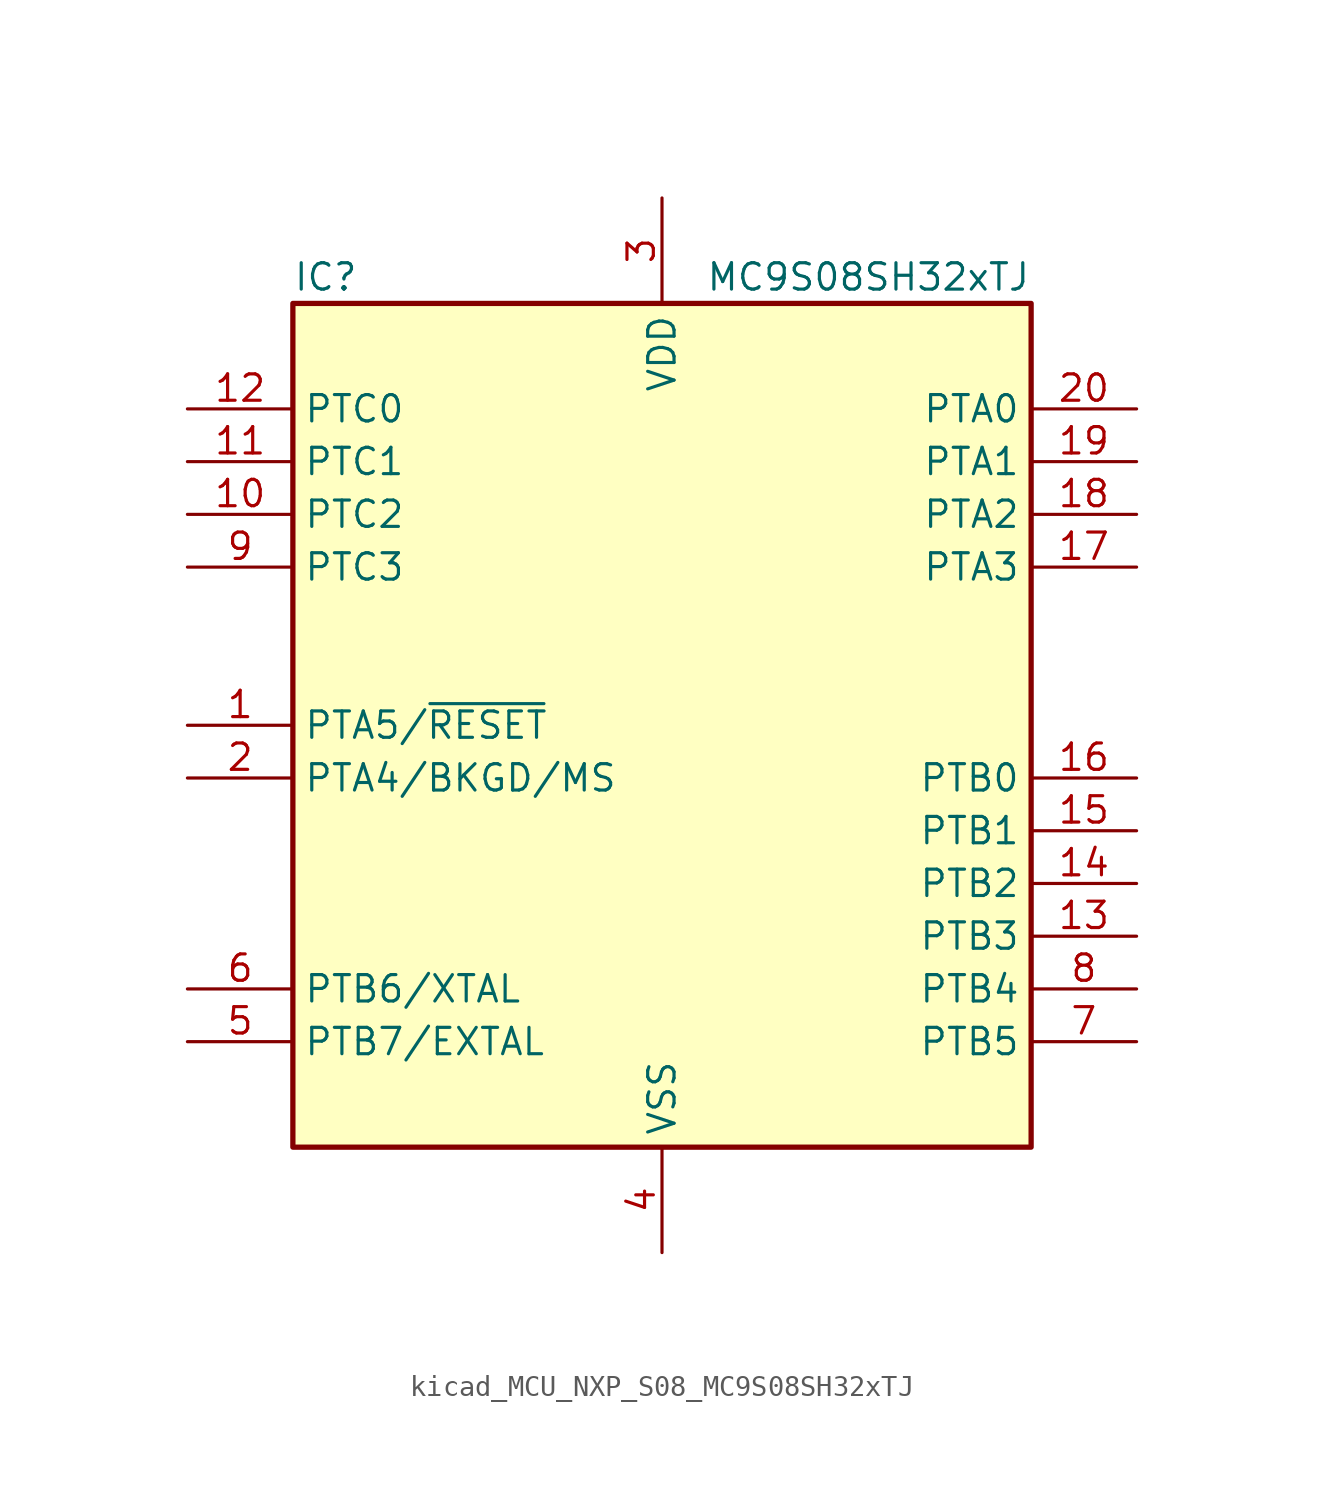
<source format=kicad_sym>
(kicad_symbol_lib
  (version 20220914)
  (generator kicad_symbol_editor)
  (symbol "kicad_MCU_NXP_S08_MC9S08SH32xTJ"
    (property "Reference" "IC"
      (at -17.78 21.59 0)
      (effects (font (size 1.27 1.27)) (justify left)))
    (property "Value" "MC9S08SH32xTJ"
      (at 17.78 21.59 0)
      (effects (font (size 1.27 1.27)) (justify right)))
    (symbol "kicad_MCU_NXP_S08_MC9S08SH32xTJ_0_1"
      (rectangle (start -17.78 20.32) (end 17.78 -20.32) (stroke (width 0.254) (type default)) (fill (type background))))
    (symbol "kicad_MCU_NXP_S08_MC9S08SH32xTJ_1_1"
      (pin bidirectional line (at -22.86 0 0) (length 5.08) (name "PTA5/~{RESET}" (effects (font (size 1.27 1.27)))) (number "1" (effects (font (size 1.27 1.27)))))
      (pin bidirectional line (at -22.86 10.16 0) (length 5.08) (name "PTC2" (effects (font (size 1.27 1.27)))) (number "10" (effects (font (size 1.27 1.27)))))
      (pin bidirectional line (at -22.86 12.7 0) (length 5.08) (name "PTC1" (effects (font (size 1.27 1.27)))) (number "11" (effects (font (size 1.27 1.27)))))
      (pin bidirectional line (at -22.86 15.24 0) (length 5.08) (name "PTC0" (effects (font (size 1.27 1.27)))) (number "12" (effects (font (size 1.27 1.27)))))
      (pin bidirectional line (at 22.86 -10.16 180) (length 5.08) (name "PTB3" (effects (font (size 1.27 1.27)))) (number "13" (effects (font (size 1.27 1.27)))))
      (pin bidirectional line (at 22.86 -7.62 180) (length 5.08) (name "PTB2" (effects (font (size 1.27 1.27)))) (number "14" (effects (font (size 1.27 1.27)))))
      (pin bidirectional line (at 22.86 -5.08 180) (length 5.08) (name "PTB1" (effects (font (size 1.27 1.27)))) (number "15" (effects (font (size 1.27 1.27)))))
      (pin bidirectional line (at 22.86 -2.54 180) (length 5.08) (name "PTB0" (effects (font (size 1.27 1.27)))) (number "16" (effects (font (size 1.27 1.27)))))
      (pin bidirectional line (at 22.86 7.62 180) (length 5.08) (name "PTA3" (effects (font (size 1.27 1.27)))) (number "17" (effects (font (size 1.27 1.27)))))
      (pin bidirectional line (at 22.86 10.16 180) (length 5.08) (name "PTA2" (effects (font (size 1.27 1.27)))) (number "18" (effects (font (size 1.27 1.27)))))
      (pin bidirectional line (at 22.86 12.7 180) (length 5.08) (name "PTA1" (effects (font (size 1.27 1.27)))) (number "19" (effects (font (size 1.27 1.27)))))
      (pin bidirectional line (at -22.86 -2.54 0) (length 5.08) (name "PTA4/BKGD/MS" (effects (font (size 1.27 1.27)))) (number "2" (effects (font (size 1.27 1.27)))))
      (pin bidirectional line (at 22.86 15.24 180) (length 5.08) (name "PTA0" (effects (font (size 1.27 1.27)))) (number "20" (effects (font (size 1.27 1.27)))))
      (pin power_in line (at 0 25.4 270) (length 5.08) (name "VDD" (effects (font (size 1.27 1.27)))) (number "3" (effects (font (size 1.27 1.27)))))
      (pin power_in line (at 0 -25.4 90) (length 5.08) (name "VSS" (effects (font (size 1.27 1.27)))) (number "4" (effects (font (size 1.27 1.27)))))
      (pin bidirectional line (at -22.86 -15.24 0) (length 5.08) (name "PTB7/EXTAL" (effects (font (size 1.27 1.27)))) (number "5" (effects (font (size 1.27 1.27)))))
      (pin bidirectional line (at -22.86 -12.7 0) (length 5.08) (name "PTB6/XTAL" (effects (font (size 1.27 1.27)))) (number "6" (effects (font (size 1.27 1.27)))))
      (pin bidirectional line (at 22.86 -15.24 180) (length 5.08) (name "PTB5" (effects (font (size 1.27 1.27)))) (number "7" (effects (font (size 1.27 1.27)))))
      (pin bidirectional line (at 22.86 -12.7 180) (length 5.08) (name "PTB4" (effects (font (size 1.27 1.27)))) (number "8" (effects (font (size 1.27 1.27)))))
      (pin bidirectional line (at -22.86 7.62 0) (length 5.08) (name "PTC3" (effects (font (size 1.27 1.27)))) (number "9" (effects (font (size 1.27 1.27))))))))
</source>
